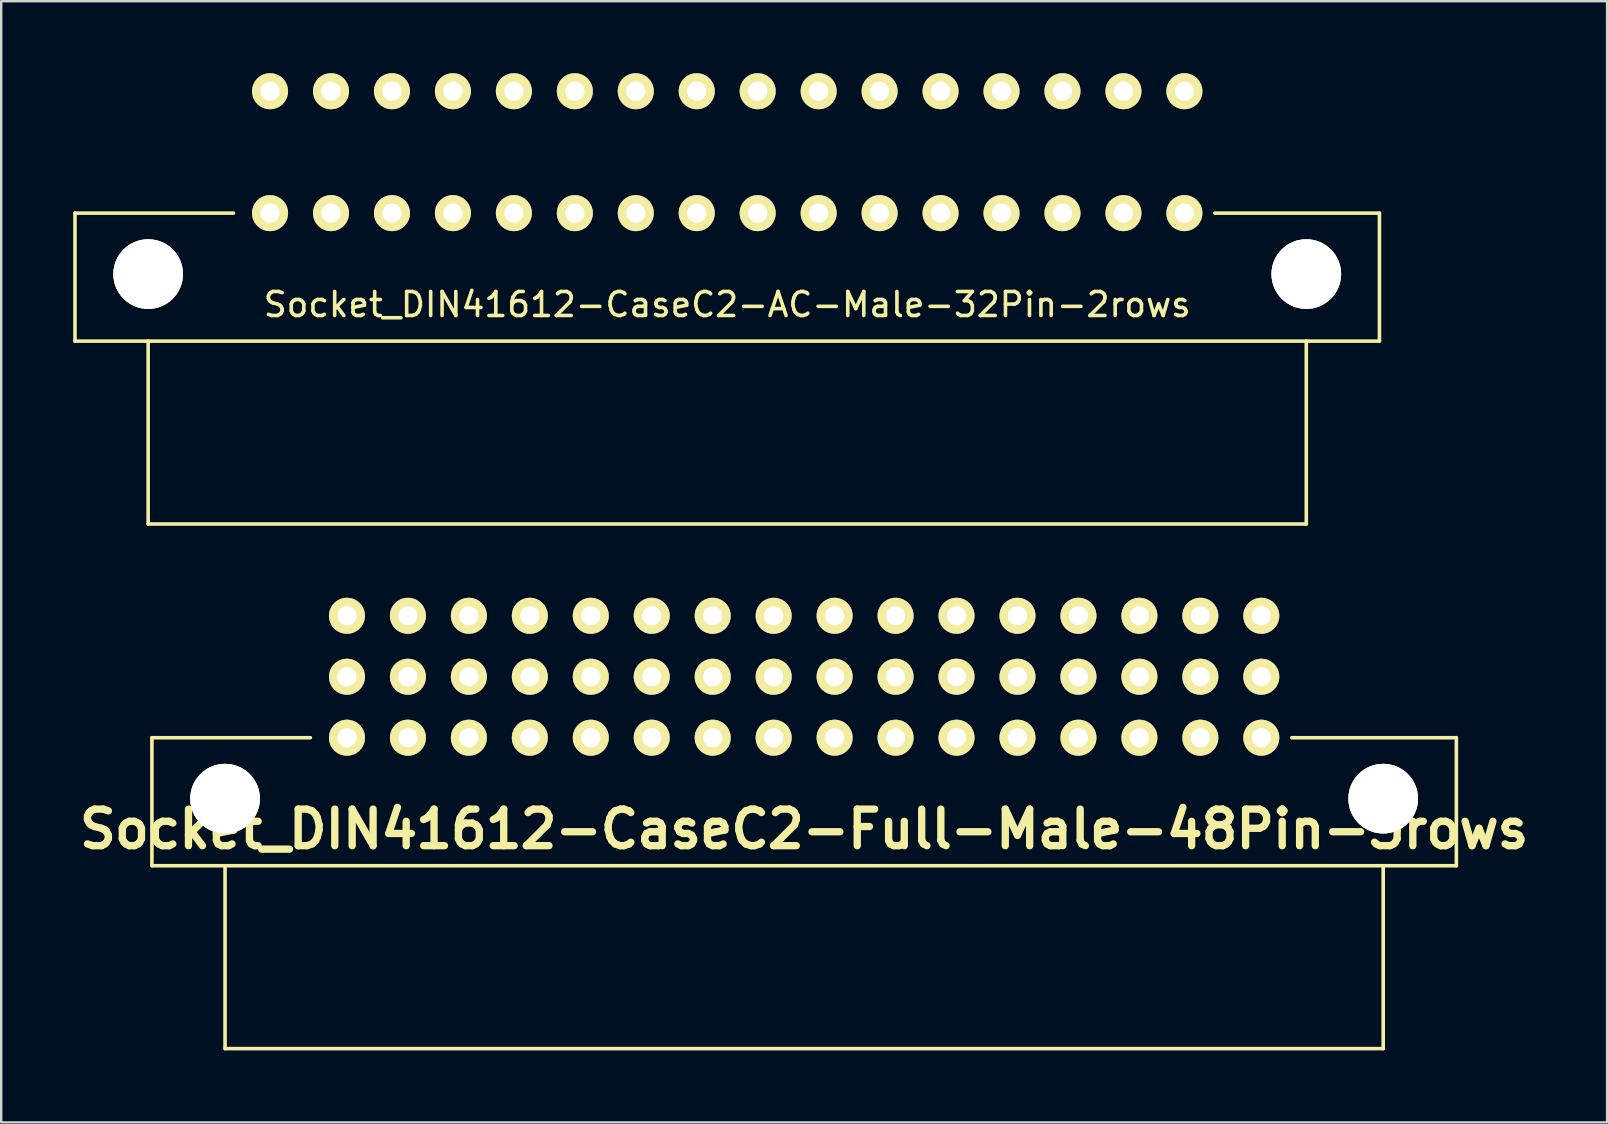
<source format=kicad_pcb>
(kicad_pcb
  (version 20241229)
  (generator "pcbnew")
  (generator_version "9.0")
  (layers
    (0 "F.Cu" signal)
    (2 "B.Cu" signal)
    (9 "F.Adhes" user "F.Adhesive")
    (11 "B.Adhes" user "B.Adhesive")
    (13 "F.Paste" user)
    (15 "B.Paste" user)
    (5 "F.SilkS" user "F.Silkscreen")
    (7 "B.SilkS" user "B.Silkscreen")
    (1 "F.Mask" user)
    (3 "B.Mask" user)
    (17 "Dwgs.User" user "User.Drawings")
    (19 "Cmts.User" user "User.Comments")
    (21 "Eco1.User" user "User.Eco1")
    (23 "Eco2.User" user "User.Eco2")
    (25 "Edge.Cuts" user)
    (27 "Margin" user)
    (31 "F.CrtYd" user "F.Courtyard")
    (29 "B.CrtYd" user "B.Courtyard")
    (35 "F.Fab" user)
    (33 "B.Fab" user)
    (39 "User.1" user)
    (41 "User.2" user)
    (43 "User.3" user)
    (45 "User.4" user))
  (footprint "Socket_DIN41612-CaseC2-AC-Male-32Pin-2rows"
    (layer "F.Cu")
    (at 27.253 3.291)
    (property "Reference" "Socket_DIN41612-CaseC2-AC-Male-32Pin-2rows" (at 0 6.35 0) (layer "F.SilkS") (effects (font (size 1 1) (thickness 0.15))))
    (attr through_hole)
    (fp_line (start -27.178 2.54) (end -20.574 2.54) (stroke (width 0.15) (type solid)) (layer "F.SilkS"))
    (fp_line (start -27.178 7.874) (end -27.178 2.54) (stroke (width 0.15) (type solid)) (layer "F.SilkS"))
    (fp_line (start -24.13 15.494) (end -24.13 7.874) (stroke (width 0.15) (type solid)) (layer "F.SilkS"))
    (fp_line (start 24.13 7.874) (end 24.13 15.494) (stroke (width 0.15) (type solid)) (layer "F.SilkS"))
    (fp_line (start 24.13 15.494) (end -24.13 15.494) (stroke (width 0.15) (type solid)) (layer "F.SilkS"))
    (fp_line (start 27.178 2.54) (end 20.32 2.54) (stroke (width 0.15) (type solid)) (layer "F.SilkS"))
    (fp_line (start 27.178 2.54) (end 27.178 7.874) (stroke (width 0.15) (type solid)) (layer "F.SilkS"))
    (fp_line (start 27.178 7.874) (end -27.178 7.874) (stroke (width 0.15) (type solid)) (layer "F.SilkS"))
    (pad "1" thru_hole circle (at -24.13 5.08) (size 2.901 2.901) (drill 2.901) (layers "*.Cu" "*.Mask" "F.SilkS"))
    (pad "1" thru_hole circle (at 24.13 5.08) (size 2.901 2.901) (drill 2.901) (layers "*.Cu" "*.Mask" "F.SilkS"))
    (pad "1a" thru_hole circle (at 19.05 -2.54 180) (size 1.501 1.501) (drill 0.8) (layers "*.Cu" "*.Mask" "F.SilkS"))
    (pad "1c" thru_hole circle (at 19.05 2.54 180) (size 1.501 1.501) (drill 0.8) (layers "*.Cu" "*.Mask" "F.SilkS"))
    (pad "2a" thru_hole circle (at 16.51 -2.54 180) (size 1.501 1.501) (drill 0.8) (layers "*.Cu" "*.Mask" "F.SilkS"))
    (pad "2c" thru_hole circle (at 16.51 2.54 180) (size 1.501 1.501) (drill 0.8) (layers "*.Cu" "*.Mask" "F.SilkS"))
    (pad "3a" thru_hole circle (at 13.97 -2.54 180) (size 1.501 1.501) (drill 0.8) (layers "*.Cu" "*.Mask" "F.SilkS"))
    (pad "3c" thru_hole circle (at 13.97 2.54 180) (size 1.501 1.501) (drill 0.8) (layers "*.Cu" "*.Mask" "F.SilkS"))
    (pad "4a" thru_hole circle (at 11.43 -2.54 180) (size 1.501 1.501) (drill 0.8) (layers "*.Cu" "*.Mask" "F.SilkS"))
    (pad "4c" thru_hole circle (at 11.43 2.54 180) (size 1.501 1.501) (drill 0.8) (layers "*.Cu" "*.Mask" "F.SilkS"))
    (pad "5a" thru_hole circle (at 8.89 -2.54 180) (size 1.501 1.501) (drill 0.8) (layers "*.Cu" "*.Mask" "F.SilkS"))
    (pad "5c" thru_hole circle (at 8.89 2.54 180) (size 1.501 1.501) (drill 0.8) (layers "*.Cu" "*.Mask" "F.SilkS"))
    (pad "6a" thru_hole circle (at 6.35 -2.54 180) (size 1.501 1.501) (drill 0.8) (layers "*.Cu" "*.Mask" "F.SilkS"))
    (pad "6c" thru_hole circle (at 6.35 2.54 180) (size 1.501 1.501) (drill 0.8) (layers "*.Cu" "*.Mask" "F.SilkS"))
    (pad "7a" thru_hole circle (at 3.81 -2.54 180) (size 1.501 1.501) (drill 0.8) (layers "*.Cu" "*.Mask" "F.SilkS"))
    (pad "7c" thru_hole circle (at 3.81 2.54 180) (size 1.501 1.501) (drill 0.8) (layers "*.Cu" "*.Mask" "F.SilkS"))
    (pad "8a" thru_hole circle (at 1.27 -2.54 180) (size 1.501 1.501) (drill 0.8) (layers "*.Cu" "*.Mask" "F.SilkS"))
    (pad "8c" thru_hole circle (at 1.27 2.54 180) (size 1.501 1.501) (drill 0.8) (layers "*.Cu" "*.Mask" "F.SilkS"))
    (pad "9a" thru_hole circle (at -1.27 -2.54 180) (size 1.501 1.501) (drill 0.8) (layers "*.Cu" "*.Mask" "F.SilkS"))
    (pad "9c" thru_hole circle (at -1.27 2.54 180) (size 1.501 1.501) (drill 0.8) (layers "*.Cu" "*.Mask" "F.SilkS"))
    (pad "10a" thru_hole circle (at -3.81 -2.54 180) (size 1.501 1.501) (drill 0.8) (layers "*.Cu" "*.Mask" "F.SilkS"))
    (pad "10c" thru_hole circle (at -3.81 2.54 180) (size 1.501 1.501) (drill 0.8) (layers "*.Cu" "*.Mask" "F.SilkS"))
    (pad "11a" thru_hole circle (at -6.35 -2.54 180) (size 1.501 1.501) (drill 0.8) (layers "*.Cu" "*.Mask" "F.SilkS"))
    (pad "11c" thru_hole circle (at -6.35 2.54 180) (size 1.501 1.501) (drill 0.8) (layers "*.Cu" "*.Mask" "F.SilkS"))
    (pad "12a" thru_hole circle (at -8.89 -2.54 180) (size 1.501 1.501) (drill 0.8) (layers "*.Cu" "*.Mask" "F.SilkS"))
    (pad "12c" thru_hole circle (at -8.89 2.54 180) (size 1.501 1.501) (drill 0.8) (layers "*.Cu" "*.Mask" "F.SilkS"))
    (pad "13a" thru_hole circle (at -11.43 -2.54 180) (size 1.501 1.501) (drill 0.8) (layers "*.Cu" "*.Mask" "F.SilkS"))
    (pad "13c" thru_hole circle (at -11.43 2.54 180) (size 1.501 1.501) (drill 0.8) (layers "*.Cu" "*.Mask" "F.SilkS"))
    (pad "14a" thru_hole circle (at -13.97 -2.54 180) (size 1.501 1.501) (drill 0.8) (layers "*.Cu" "*.Mask" "F.SilkS"))
    (pad "14c" thru_hole circle (at -13.97 2.54 180) (size 1.501 1.501) (drill 0.8) (layers "*.Cu" "*.Mask" "F.SilkS"))
    (pad "15a" thru_hole circle (at -16.51 -2.54 180) (size 1.501 1.501) (drill 0.8) (layers "*.Cu" "*.Mask" "F.SilkS"))
    (pad "15c" thru_hole circle (at -16.51 2.54 180) (size 1.501 1.501) (drill 0.8) (layers "*.Cu" "*.Mask" "F.SilkS"))
    (pad "16a" thru_hole circle (at -19.05 -2.54 180) (size 1.501 1.501) (drill 0.8) (layers "*.Cu" "*.Mask" "F.SilkS"))
    (pad "16c" thru_hole circle (at -19.05 2.54 180) (size 1.501 1.501) (drill 0.8) (layers "*.Cu" "*.Mask" "F.SilkS")))
  (footprint "Socket_DIN41612-CaseC2-Full-Male-48Pin-3rows"
    (layer "F.Cu")
    (at 30.458 25.15)
    (property "Reference" "Socket_DIN41612-CaseC2-Full-Male-48Pin-3rows" (at 0 6.35 0) (layer "F.SilkS") (effects (font (size 1.524 1.524) (thickness 0.305))))
    (attr through_hole)
    (fp_line (start -27.178 2.54) (end -20.574 2.54) (stroke (width 0.15) (type solid)) (layer "F.SilkS"))
    (fp_line (start -27.178 7.874) (end -27.178 2.54) (stroke (width 0.15) (type solid)) (layer "F.SilkS"))
    (fp_line (start -24.13 15.494) (end -24.13 7.874) (stroke (width 0.15) (type solid)) (layer "F.SilkS"))
    (fp_line (start 24.13 7.874) (end 24.13 15.494) (stroke (width 0.15) (type solid)) (layer "F.SilkS"))
    (fp_line (start 24.13 15.494) (end -24.13 15.494) (stroke (width 0.15) (type solid)) (layer "F.SilkS"))
    (fp_line (start 27.178 2.54) (end 20.32 2.54) (stroke (width 0.15) (type solid)) (layer "F.SilkS"))
    (fp_line (start 27.178 2.54) (end 27.178 7.874) (stroke (width 0.15) (type solid)) (layer "F.SilkS"))
    (fp_line (start 27.178 7.874) (end -27.178 7.874) (stroke (width 0.15) (type solid)) (layer "F.SilkS"))
    (pad "1" thru_hole circle (at -24.13 5.08) (size 2.901 2.901) (drill 2.901) (layers "*.Cu" "*.Mask" "F.SilkS"))
    (pad "1" thru_hole circle (at 24.13 5.08) (size 2.901 2.901) (drill 2.901) (layers "*.Cu" "*.Mask" "F.SilkS"))
    (pad "1a" thru_hole circle (at 19.05 -2.54 180) (size 1.501 1.501) (drill 0.8) (layers "*.Cu" "*.Mask" "F.SilkS"))
    (pad "1b" thru_hole circle (at 19.05 0 180) (size 1.501 1.501) (drill 0.8) (layers "*.Cu" "*.Mask" "F.SilkS"))
    (pad "1c" thru_hole circle (at 19.05 2.54 180) (size 1.501 1.501) (drill 0.8) (layers "*.Cu" "*.Mask" "F.SilkS"))
    (pad "2a" thru_hole circle (at 16.51 -2.54 180) (size 1.501 1.501) (drill 0.8) (layers "*.Cu" "*.Mask" "F.SilkS"))
    (pad "2b" thru_hole circle (at 16.51 0 180) (size 1.501 1.501) (drill 0.8) (layers "*.Cu" "*.Mask" "F.SilkS"))
    (pad "2c" thru_hole circle (at 16.51 2.54 180) (size 1.501 1.501) (drill 0.8) (layers "*.Cu" "*.Mask" "F.SilkS"))
    (pad "3a" thru_hole circle (at 13.97 -2.54 180) (size 1.501 1.501) (drill 0.8) (layers "*.Cu" "*.Mask" "F.SilkS"))
    (pad "3b" thru_hole circle (at 13.97 0 180) (size 1.501 1.501) (drill 0.8) (layers "*.Cu" "*.Mask" "F.SilkS"))
    (pad "3c" thru_hole circle (at 13.97 2.54 180) (size 1.501 1.501) (drill 0.8) (layers "*.Cu" "*.Mask" "F.SilkS"))
    (pad "4a" thru_hole circle (at 11.43 -2.54 180) (size 1.501 1.501) (drill 0.8) (layers "*.Cu" "*.Mask" "F.SilkS"))
    (pad "4b" thru_hole circle (at 11.43 0 180) (size 1.501 1.501) (drill 0.8) (layers "*.Cu" "*.Mask" "F.SilkS"))
    (pad "4c" thru_hole circle (at 11.43 2.54 180) (size 1.501 1.501) (drill 0.8) (layers "*.Cu" "*.Mask" "F.SilkS"))
    (pad "5a" thru_hole circle (at 8.89 -2.54 180) (size 1.501 1.501) (drill 0.8) (layers "*.Cu" "*.Mask" "F.SilkS"))
    (pad "5b" thru_hole circle (at 8.89 0 180) (size 1.501 1.501) (drill 0.8) (layers "*.Cu" "*.Mask" "F.SilkS"))
    (pad "5c" thru_hole circle (at 8.89 2.54 180) (size 1.501 1.501) (drill 0.8) (layers "*.Cu" "*.Mask" "F.SilkS"))
    (pad "6a" thru_hole circle (at 6.35 -2.54 180) (size 1.501 1.501) (drill 0.8) (layers "*.Cu" "*.Mask" "F.SilkS"))
    (pad "6b" thru_hole circle (at 6.35 0 180) (size 1.501 1.501) (drill 0.8) (layers "*.Cu" "*.Mask" "F.SilkS"))
    (pad "6c" thru_hole circle (at 6.35 2.54 180) (size 1.501 1.501) (drill 0.8) (layers "*.Cu" "*.Mask" "F.SilkS"))
    (pad "7a" thru_hole circle (at 3.81 -2.54 180) (size 1.501 1.501) (drill 0.8) (layers "*.Cu" "*.Mask" "F.SilkS"))
    (pad "7b" thru_hole circle (at 3.81 0 180) (size 1.501 1.501) (drill 0.8) (layers "*.Cu" "*.Mask" "F.SilkS"))
    (pad "7c" thru_hole circle (at 3.81 2.54 180) (size 1.501 1.501) (drill 0.8) (layers "*.Cu" "*.Mask" "F.SilkS"))
    (pad "8a" thru_hole circle (at 1.27 -2.54 180) (size 1.501 1.501) (drill 0.8) (layers "*.Cu" "*.Mask" "F.SilkS"))
    (pad "8b" thru_hole circle (at 1.27 0 180) (size 1.501 1.501) (drill 0.8) (layers "*.Cu" "*.Mask" "F.SilkS"))
    (pad "8c" thru_hole circle (at 1.27 2.54 180) (size 1.501 1.501) (drill 0.8) (layers "*.Cu" "*.Mask" "F.SilkS"))
    (pad "9a" thru_hole circle (at -1.27 -2.54 180) (size 1.501 1.501) (drill 0.8) (layers "*.Cu" "*.Mask" "F.SilkS"))
    (pad "9b" thru_hole circle (at -1.27 0 180) (size 1.501 1.501) (drill 0.8) (layers "*.Cu" "*.Mask" "F.SilkS"))
    (pad "9c" thru_hole circle (at -1.27 2.54 180) (size 1.501 1.501) (drill 0.8) (layers "*.Cu" "*.Mask" "F.SilkS"))
    (pad "10a" thru_hole circle (at -3.81 -2.54 180) (size 1.501 1.501) (drill 0.8) (layers "*.Cu" "*.Mask" "F.SilkS"))
    (pad "10b" thru_hole circle (at -3.81 0 180) (size 1.501 1.501) (drill 0.8) (layers "*.Cu" "*.Mask" "F.SilkS"))
    (pad "10c" thru_hole circle (at -3.81 2.54 180) (size 1.501 1.501) (drill 0.8) (layers "*.Cu" "*.Mask" "F.SilkS"))
    (pad "11a" thru_hole circle (at -6.35 -2.54 180) (size 1.501 1.501) (drill 0.8) (layers "*.Cu" "*.Mask" "F.SilkS"))
    (pad "11b" thru_hole circle (at -6.35 0 180) (size 1.501 1.501) (drill 0.8) (layers "*.Cu" "*.Mask" "F.SilkS"))
    (pad "11c" thru_hole circle (at -6.35 2.54 180) (size 1.501 1.501) (drill 0.8) (layers "*.Cu" "*.Mask" "F.SilkS"))
    (pad "12a" thru_hole circle (at -8.89 -2.54 180) (size 1.501 1.501) (drill 0.8) (layers "*.Cu" "*.Mask" "F.SilkS"))
    (pad "12b" thru_hole circle (at -8.89 0 180) (size 1.501 1.501) (drill 0.8) (layers "*.Cu" "*.Mask" "F.SilkS"))
    (pad "12c" thru_hole circle (at -8.89 2.54 180) (size 1.501 1.501) (drill 0.8) (layers "*.Cu" "*.Mask" "F.SilkS"))
    (pad "13a" thru_hole circle (at -11.43 -2.54 180) (size 1.501 1.501) (drill 0.8) (layers "*.Cu" "*.Mask" "F.SilkS"))
    (pad "13b" thru_hole circle (at -11.43 0 180) (size 1.501 1.501) (drill 0.8) (layers "*.Cu" "*.Mask" "F.SilkS"))
    (pad "13c" thru_hole circle (at -11.43 2.54 180) (size 1.501 1.501) (drill 0.8) (layers "*.Cu" "*.Mask" "F.SilkS"))
    (pad "14a" thru_hole circle (at -13.97 -2.54 180) (size 1.501 1.501) (drill 0.8) (layers "*.Cu" "*.Mask" "F.SilkS"))
    (pad "14b" thru_hole circle (at -13.97 0 180) (size 1.501 1.501) (drill 0.8) (layers "*.Cu" "*.Mask" "F.SilkS"))
    (pad "14c" thru_hole circle (at -13.97 2.54 180) (size 1.501 1.501) (drill 0.8) (layers "*.Cu" "*.Mask" "F.SilkS"))
    (pad "15a" thru_hole circle (at -16.51 -2.54 180) (size 1.501 1.501) (drill 0.8) (layers "*.Cu" "*.Mask" "F.SilkS"))
    (pad "15b" thru_hole circle (at -16.51 0 180) (size 1.501 1.501) (drill 0.8) (layers "*.Cu" "*.Mask" "F.SilkS"))
    (pad "15c" thru_hole circle (at -16.51 2.54 180) (size 1.501 1.501) (drill 0.8) (layers "*.Cu" "*.Mask" "F.SilkS"))
    (pad "16a" thru_hole circle (at -19.05 -2.54 180) (size 1.501 1.501) (drill 0.8) (layers "*.Cu" "*.Mask" "F.SilkS"))
    (pad "16b" thru_hole circle (at -19.05 0 180) (size 1.501 1.501) (drill 0.8) (layers "*.Cu" "*.Mask" "F.SilkS"))
    (pad "16c" thru_hole circle (at -19.05 2.54 180) (size 1.501 1.501) (drill 0.8) (layers "*.Cu" "*.Mask" "F.SilkS")))
  (gr_rect
    (start -3 -3)
    (end 63.916 43.719)
    (stroke (width 0.1) (type default))
    (fill no)
    (layer "Edge.Cuts")))
</source>
